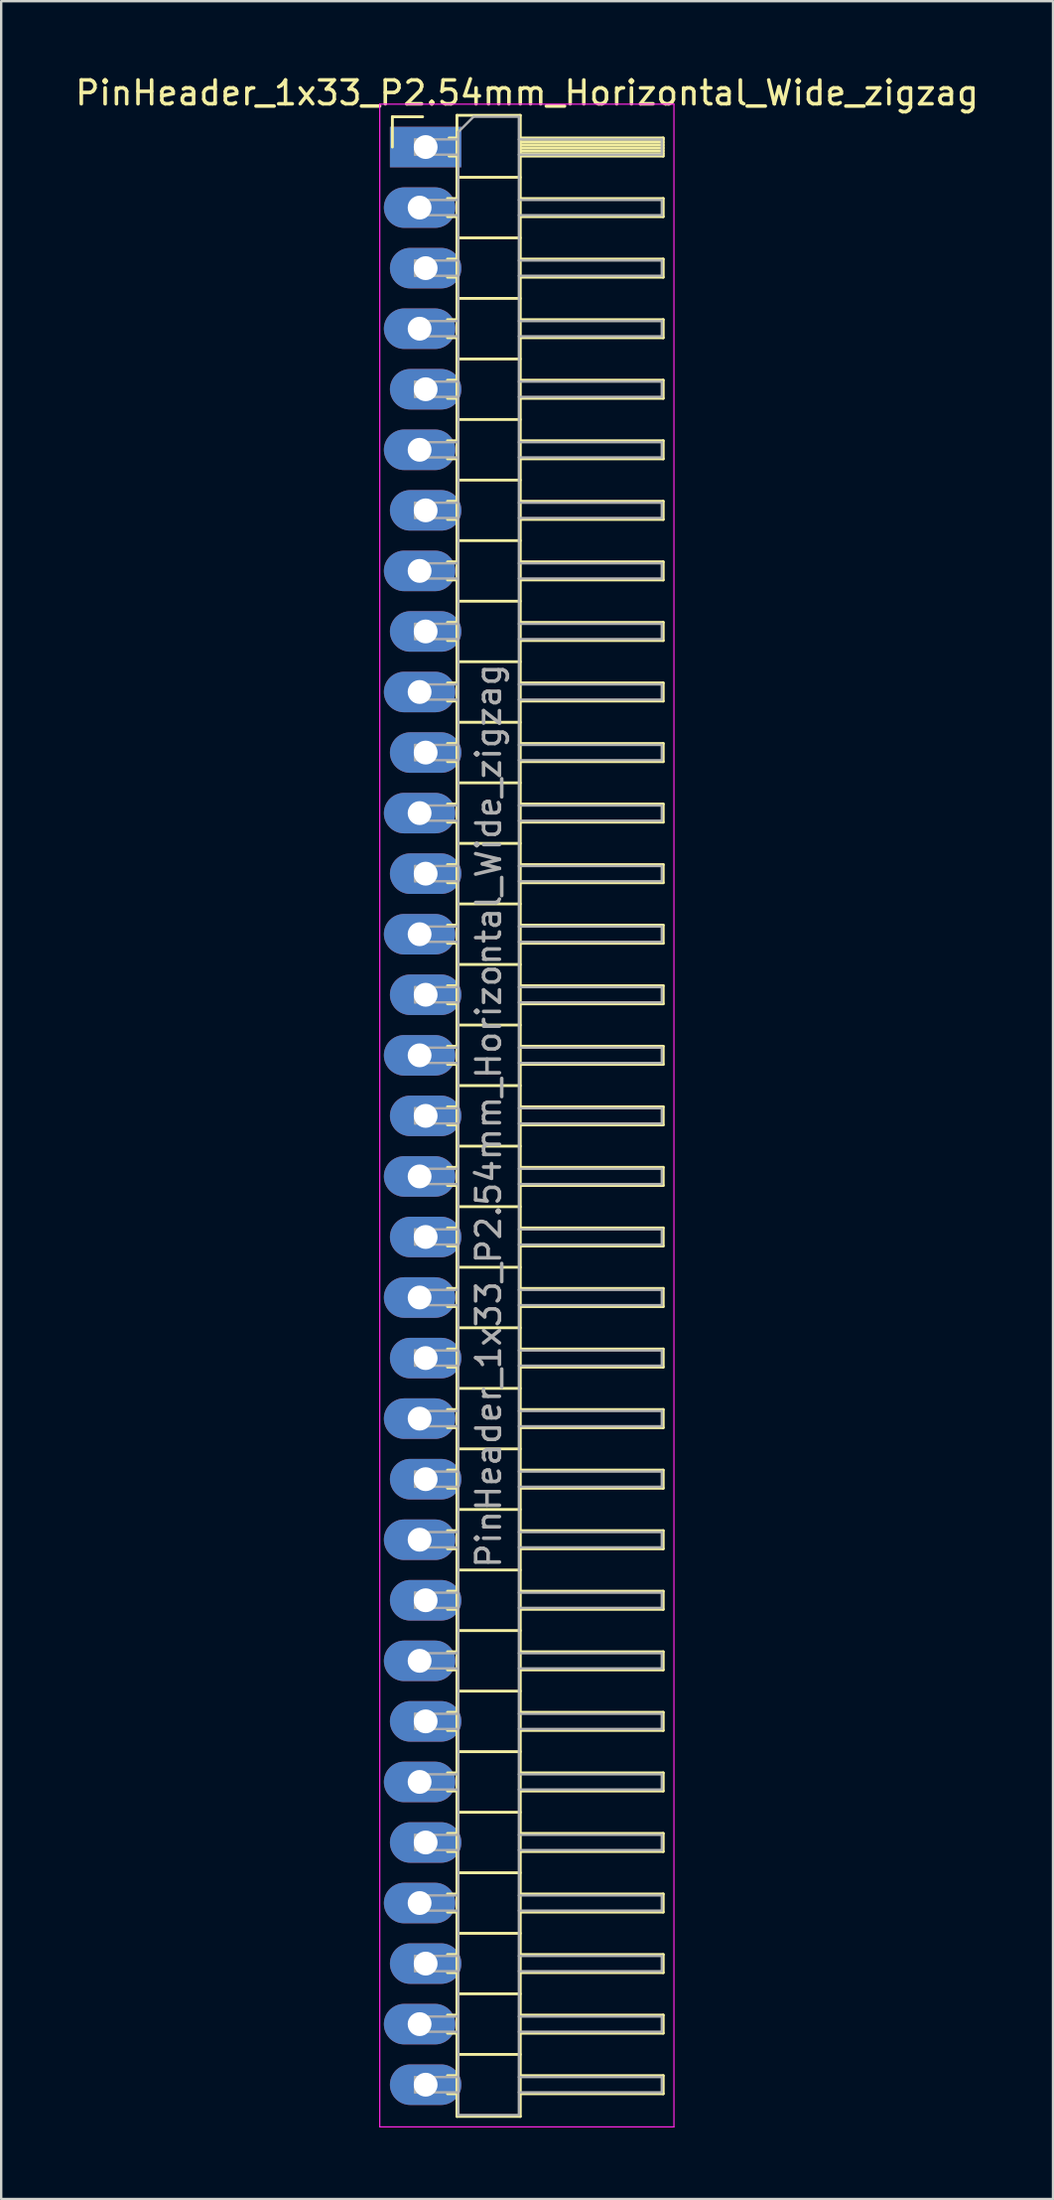
<source format=kicad_pcb>
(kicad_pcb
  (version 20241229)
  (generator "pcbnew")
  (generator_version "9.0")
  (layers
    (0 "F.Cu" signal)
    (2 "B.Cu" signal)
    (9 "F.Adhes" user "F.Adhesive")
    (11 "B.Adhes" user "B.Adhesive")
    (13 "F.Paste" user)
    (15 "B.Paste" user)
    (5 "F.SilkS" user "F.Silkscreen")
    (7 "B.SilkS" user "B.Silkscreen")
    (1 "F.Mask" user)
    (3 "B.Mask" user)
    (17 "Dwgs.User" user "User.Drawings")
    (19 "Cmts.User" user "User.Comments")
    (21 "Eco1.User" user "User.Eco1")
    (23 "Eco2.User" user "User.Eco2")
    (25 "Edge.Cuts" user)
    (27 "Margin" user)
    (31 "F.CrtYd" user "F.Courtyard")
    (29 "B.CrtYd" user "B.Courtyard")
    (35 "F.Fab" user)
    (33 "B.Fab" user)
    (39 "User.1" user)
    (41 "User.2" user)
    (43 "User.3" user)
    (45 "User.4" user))
  (footprint "PinHeader_1x33_P2.54mm_Horizontal_Wide_zigzag"
    (layer "F.Cu")
    (at 14.692 3.118)
    (property "Reference" "PinHeader_1x33_P2.54mm_Horizontal_Wide_zigzag" (at 4.385 -2.27 0) (layer "F.SilkS") (effects (font (size 1 1) (thickness 0.15))))
    (attr through_hole)
    (fp_line (start -1.27 -1.27) (end 0 -1.27) (stroke (width 0.12) (type solid)) (layer "F.SilkS"))
    (fp_line (start -1.27 0) (end -1.27 -1.27) (stroke (width 0.12) (type solid)) (layer "F.SilkS"))
    (fp_line (start 1.043 2.16) (end 1.44 2.16) (stroke (width 0.12) (type solid)) (layer "F.SilkS"))
    (fp_line (start 1.043 2.92) (end 1.44 2.92) (stroke (width 0.12) (type solid)) (layer "F.SilkS"))
    (fp_line (start 1.043 4.7) (end 1.44 4.7) (stroke (width 0.12) (type solid)) (layer "F.SilkS"))
    (fp_line (start 1.043 5.46) (end 1.44 5.46) (stroke (width 0.12) (type solid)) (layer "F.SilkS"))
    (fp_line (start 1.043 7.24) (end 1.44 7.24) (stroke (width 0.12) (type solid)) (layer "F.SilkS"))
    (fp_line (start 1.043 8) (end 1.44 8) (stroke (width 0.12) (type solid)) (layer "F.SilkS"))
    (fp_line (start 1.043 9.78) (end 1.44 9.78) (stroke (width 0.12) (type solid)) (layer "F.SilkS"))
    (fp_line (start 1.043 10.54) (end 1.44 10.54) (stroke (width 0.12) (type solid)) (layer "F.SilkS"))
    (fp_line (start 1.043 12.32) (end 1.44 12.32) (stroke (width 0.12) (type solid)) (layer "F.SilkS"))
    (fp_line (start 1.043 13.08) (end 1.44 13.08) (stroke (width 0.12) (type solid)) (layer "F.SilkS"))
    (fp_line (start 1.043 14.86) (end 1.44 14.86) (stroke (width 0.12) (type solid)) (layer "F.SilkS"))
    (fp_line (start 1.043 15.62) (end 1.44 15.62) (stroke (width 0.12) (type solid)) (layer "F.SilkS"))
    (fp_line (start 1.043 17.4) (end 1.44 17.4) (stroke (width 0.12) (type solid)) (layer "F.SilkS"))
    (fp_line (start 1.043 18.16) (end 1.44 18.16) (stroke (width 0.12) (type solid)) (layer "F.SilkS"))
    (fp_line (start 1.043 19.94) (end 1.44 19.94) (stroke (width 0.12) (type solid)) (layer "F.SilkS"))
    (fp_line (start 1.043 20.7) (end 1.44 20.7) (stroke (width 0.12) (type solid)) (layer "F.SilkS"))
    (fp_line (start 1.043 22.48) (end 1.44 22.48) (stroke (width 0.12) (type solid)) (layer "F.SilkS"))
    (fp_line (start 1.043 23.24) (end 1.44 23.24) (stroke (width 0.12) (type solid)) (layer "F.SilkS"))
    (fp_line (start 1.043 25.02) (end 1.44 25.02) (stroke (width 0.12) (type solid)) (layer "F.SilkS"))
    (fp_line (start 1.043 25.78) (end 1.44 25.78) (stroke (width 0.12) (type solid)) (layer "F.SilkS"))
    (fp_line (start 1.043 27.56) (end 1.44 27.56) (stroke (width 0.12) (type solid)) (layer "F.SilkS"))
    (fp_line (start 1.043 28.32) (end 1.44 28.32) (stroke (width 0.12) (type solid)) (layer "F.SilkS"))
    (fp_line (start 1.043 30.1) (end 1.44 30.1) (stroke (width 0.12) (type solid)) (layer "F.SilkS"))
    (fp_line (start 1.043 30.86) (end 1.44 30.86) (stroke (width 0.12) (type solid)) (layer "F.SilkS"))
    (fp_line (start 1.043 32.64) (end 1.44 32.64) (stroke (width 0.12) (type solid)) (layer "F.SilkS"))
    (fp_line (start 1.043 33.4) (end 1.44 33.4) (stroke (width 0.12) (type solid)) (layer "F.SilkS"))
    (fp_line (start 1.043 35.18) (end 1.44 35.18) (stroke (width 0.12) (type solid)) (layer "F.SilkS"))
    (fp_line (start 1.043 35.94) (end 1.44 35.94) (stroke (width 0.12) (type solid)) (layer "F.SilkS"))
    (fp_line (start 1.043 37.72) (end 1.44 37.72) (stroke (width 0.12) (type solid)) (layer "F.SilkS"))
    (fp_line (start 1.043 38.48) (end 1.44 38.48) (stroke (width 0.12) (type solid)) (layer "F.SilkS"))
    (fp_line (start 1.043 40.26) (end 1.44 40.26) (stroke (width 0.12) (type solid)) (layer "F.SilkS"))
    (fp_line (start 1.043 41.02) (end 1.44 41.02) (stroke (width 0.12) (type solid)) (layer "F.SilkS"))
    (fp_line (start 1.043 42.8) (end 1.44 42.8) (stroke (width 0.12) (type solid)) (layer "F.SilkS"))
    (fp_line (start 1.043 43.56) (end 1.44 43.56) (stroke (width 0.12) (type solid)) (layer "F.SilkS"))
    (fp_line (start 1.043 45.34) (end 1.44 45.34) (stroke (width 0.12) (type solid)) (layer "F.SilkS"))
    (fp_line (start 1.043 46.1) (end 1.44 46.1) (stroke (width 0.12) (type solid)) (layer "F.SilkS"))
    (fp_line (start 1.043 47.88) (end 1.44 47.88) (stroke (width 0.12) (type solid)) (layer "F.SilkS"))
    (fp_line (start 1.043 48.64) (end 1.44 48.64) (stroke (width 0.12) (type solid)) (layer "F.SilkS"))
    (fp_line (start 1.043 50.42) (end 1.44 50.42) (stroke (width 0.12) (type solid)) (layer "F.SilkS"))
    (fp_line (start 1.043 51.18) (end 1.44 51.18) (stroke (width 0.12) (type solid)) (layer "F.SilkS"))
    (fp_line (start 1.043 52.96) (end 1.44 52.96) (stroke (width 0.12) (type solid)) (layer "F.SilkS"))
    (fp_line (start 1.043 53.72) (end 1.44 53.72) (stroke (width 0.12) (type solid)) (layer "F.SilkS"))
    (fp_line (start 1.043 55.5) (end 1.44 55.5) (stroke (width 0.12) (type solid)) (layer "F.SilkS"))
    (fp_line (start 1.043 56.26) (end 1.44 56.26) (stroke (width 0.12) (type solid)) (layer "F.SilkS"))
    (fp_line (start 1.043 58.04) (end 1.44 58.04) (stroke (width 0.12) (type solid)) (layer "F.SilkS"))
    (fp_line (start 1.043 58.8) (end 1.44 58.8) (stroke (width 0.12) (type solid)) (layer "F.SilkS"))
    (fp_line (start 1.043 60.58) (end 1.44 60.58) (stroke (width 0.12) (type solid)) (layer "F.SilkS"))
    (fp_line (start 1.043 61.34) (end 1.44 61.34) (stroke (width 0.12) (type solid)) (layer "F.SilkS"))
    (fp_line (start 1.043 63.12) (end 1.44 63.12) (stroke (width 0.12) (type solid)) (layer "F.SilkS"))
    (fp_line (start 1.043 63.88) (end 1.44 63.88) (stroke (width 0.12) (type solid)) (layer "F.SilkS"))
    (fp_line (start 1.043 65.66) (end 1.44 65.66) (stroke (width 0.12) (type solid)) (layer "F.SilkS"))
    (fp_line (start 1.043 66.42) (end 1.44 66.42) (stroke (width 0.12) (type solid)) (layer "F.SilkS"))
    (fp_line (start 1.043 68.2) (end 1.44 68.2) (stroke (width 0.12) (type solid)) (layer "F.SilkS"))
    (fp_line (start 1.043 68.96) (end 1.44 68.96) (stroke (width 0.12) (type solid)) (layer "F.SilkS"))
    (fp_line (start 1.043 70.74) (end 1.44 70.74) (stroke (width 0.12) (type solid)) (layer "F.SilkS"))
    (fp_line (start 1.043 71.5) (end 1.44 71.5) (stroke (width 0.12) (type solid)) (layer "F.SilkS"))
    (fp_line (start 1.043 73.28) (end 1.44 73.28) (stroke (width 0.12) (type solid)) (layer "F.SilkS"))
    (fp_line (start 1.043 74.04) (end 1.44 74.04) (stroke (width 0.12) (type solid)) (layer "F.SilkS"))
    (fp_line (start 1.043 75.82) (end 1.44 75.82) (stroke (width 0.12) (type solid)) (layer "F.SilkS"))
    (fp_line (start 1.043 76.58) (end 1.44 76.58) (stroke (width 0.12) (type solid)) (layer "F.SilkS"))
    (fp_line (start 1.043 78.36) (end 1.44 78.36) (stroke (width 0.12) (type solid)) (layer "F.SilkS"))
    (fp_line (start 1.043 79.12) (end 1.44 79.12) (stroke (width 0.12) (type solid)) (layer "F.SilkS"))
    (fp_line (start 1.043 80.9) (end 1.44 80.9) (stroke (width 0.12) (type solid)) (layer "F.SilkS"))
    (fp_line (start 1.043 81.66) (end 1.44 81.66) (stroke (width 0.12) (type solid)) (layer "F.SilkS"))
    (fp_line (start 1.11 -0.38) (end 1.44 -0.38) (stroke (width 0.12) (type solid)) (layer "F.SilkS"))
    (fp_line (start 1.11 0.38) (end 1.44 0.38) (stroke (width 0.12) (type solid)) (layer "F.SilkS"))
    (fp_line (start 1.44 -1.33) (end 1.44 82.61) (stroke (width 0.12) (type solid)) (layer "F.SilkS"))
    (fp_line (start 1.44 1.27) (end 4.1 1.27) (stroke (width 0.12) (type solid)) (layer "F.SilkS"))
    (fp_line (start 1.44 3.81) (end 4.1 3.81) (stroke (width 0.12) (type solid)) (layer "F.SilkS"))
    (fp_line (start 1.44 6.35) (end 4.1 6.35) (stroke (width 0.12) (type solid)) (layer "F.SilkS"))
    (fp_line (start 1.44 8.89) (end 4.1 8.89) (stroke (width 0.12) (type solid)) (layer "F.SilkS"))
    (fp_line (start 1.44 11.43) (end 4.1 11.43) (stroke (width 0.12) (type solid)) (layer "F.SilkS"))
    (fp_line (start 1.44 13.97) (end 4.1 13.97) (stroke (width 0.12) (type solid)) (layer "F.SilkS"))
    (fp_line (start 1.44 16.51) (end 4.1 16.51) (stroke (width 0.12) (type solid)) (layer "F.SilkS"))
    (fp_line (start 1.44 19.05) (end 4.1 19.05) (stroke (width 0.12) (type solid)) (layer "F.SilkS"))
    (fp_line (start 1.44 21.59) (end 4.1 21.59) (stroke (width 0.12) (type solid)) (layer "F.SilkS"))
    (fp_line (start 1.44 24.13) (end 4.1 24.13) (stroke (width 0.12) (type solid)) (layer "F.SilkS"))
    (fp_line (start 1.44 26.67) (end 4.1 26.67) (stroke (width 0.12) (type solid)) (layer "F.SilkS"))
    (fp_line (start 1.44 29.21) (end 4.1 29.21) (stroke (width 0.12) (type solid)) (layer "F.SilkS"))
    (fp_line (start 1.44 31.75) (end 4.1 31.75) (stroke (width 0.12) (type solid)) (layer "F.SilkS"))
    (fp_line (start 1.44 34.29) (end 4.1 34.29) (stroke (width 0.12) (type solid)) (layer "F.SilkS"))
    (fp_line (start 1.44 36.83) (end 4.1 36.83) (stroke (width 0.12) (type solid)) (layer "F.SilkS"))
    (fp_line (start 1.44 39.37) (end 4.1 39.37) (stroke (width 0.12) (type solid)) (layer "F.SilkS"))
    (fp_line (start 1.44 41.91) (end 4.1 41.91) (stroke (width 0.12) (type solid)) (layer "F.SilkS"))
    (fp_line (start 1.44 44.45) (end 4.1 44.45) (stroke (width 0.12) (type solid)) (layer "F.SilkS"))
    (fp_line (start 1.44 46.99) (end 4.1 46.99) (stroke (width 0.12) (type solid)) (layer "F.SilkS"))
    (fp_line (start 1.44 49.53) (end 4.1 49.53) (stroke (width 0.12) (type solid)) (layer "F.SilkS"))
    (fp_line (start 1.44 52.07) (end 4.1 52.07) (stroke (width 0.12) (type solid)) (layer "F.SilkS"))
    (fp_line (start 1.44 54.61) (end 4.1 54.61) (stroke (width 0.12) (type solid)) (layer "F.SilkS"))
    (fp_line (start 1.44 57.15) (end 4.1 57.15) (stroke (width 0.12) (type solid)) (layer "F.SilkS"))
    (fp_line (start 1.44 59.69) (end 4.1 59.69) (stroke (width 0.12) (type solid)) (layer "F.SilkS"))
    (fp_line (start 1.44 62.23) (end 4.1 62.23) (stroke (width 0.12) (type solid)) (layer "F.SilkS"))
    (fp_line (start 1.44 64.77) (end 4.1 64.77) (stroke (width 0.12) (type solid)) (layer "F.SilkS"))
    (fp_line (start 1.44 67.31) (end 4.1 67.31) (stroke (width 0.12) (type solid)) (layer "F.SilkS"))
    (fp_line (start 1.44 69.85) (end 4.1 69.85) (stroke (width 0.12) (type solid)) (layer "F.SilkS"))
    (fp_line (start 1.44 72.39) (end 4.1 72.39) (stroke (width 0.12) (type solid)) (layer "F.SilkS"))
    (fp_line (start 1.44 74.93) (end 4.1 74.93) (stroke (width 0.12) (type solid)) (layer "F.SilkS"))
    (fp_line (start 1.44 77.47) (end 4.1 77.47) (stroke (width 0.12) (type solid)) (layer "F.SilkS"))
    (fp_line (start 1.44 80.01) (end 4.1 80.01) (stroke (width 0.12) (type solid)) (layer "F.SilkS"))
    (fp_line (start 1.44 82.61) (end 4.1 82.61) (stroke (width 0.12) (type solid)) (layer "F.SilkS"))
    (fp_line (start 4.1 -1.33) (end 1.44 -1.33) (stroke (width 0.12) (type solid)) (layer "F.SilkS"))
    (fp_line (start 4.1 -0.38) (end 10.1 -0.38) (stroke (width 0.12) (type solid)) (layer "F.SilkS"))
    (fp_line (start 4.1 -0.32) (end 10.1 -0.32) (stroke (width 0.12) (type solid)) (layer "F.SilkS"))
    (fp_line (start 4.1 -0.2) (end 10.1 -0.2) (stroke (width 0.12) (type solid)) (layer "F.SilkS"))
    (fp_line (start 4.1 -0.08) (end 10.1 -0.08) (stroke (width 0.12) (type solid)) (layer "F.SilkS"))
    (fp_line (start 4.1 0.04) (end 10.1 0.04) (stroke (width 0.12) (type solid)) (layer "F.SilkS"))
    (fp_line (start 4.1 0.16) (end 10.1 0.16) (stroke (width 0.12) (type solid)) (layer "F.SilkS"))
    (fp_line (start 4.1 0.28) (end 10.1 0.28) (stroke (width 0.12) (type solid)) (layer "F.SilkS"))
    (fp_line (start 4.1 2.16) (end 10.1 2.16) (stroke (width 0.12) (type solid)) (layer "F.SilkS"))
    (fp_line (start 4.1 4.7) (end 10.1 4.7) (stroke (width 0.12) (type solid)) (layer "F.SilkS"))
    (fp_line (start 4.1 7.24) (end 10.1 7.24) (stroke (width 0.12) (type solid)) (layer "F.SilkS"))
    (fp_line (start 4.1 9.78) (end 10.1 9.78) (stroke (width 0.12) (type solid)) (layer "F.SilkS"))
    (fp_line (start 4.1 12.32) (end 10.1 12.32) (stroke (width 0.12) (type solid)) (layer "F.SilkS"))
    (fp_line (start 4.1 14.86) (end 10.1 14.86) (stroke (width 0.12) (type solid)) (layer "F.SilkS"))
    (fp_line (start 4.1 17.4) (end 10.1 17.4) (stroke (width 0.12) (type solid)) (layer "F.SilkS"))
    (fp_line (start 4.1 19.94) (end 10.1 19.94) (stroke (width 0.12) (type solid)) (layer "F.SilkS"))
    (fp_line (start 4.1 22.48) (end 10.1 22.48) (stroke (width 0.12) (type solid)) (layer "F.SilkS"))
    (fp_line (start 4.1 25.02) (end 10.1 25.02) (stroke (width 0.12) (type solid)) (layer "F.SilkS"))
    (fp_line (start 4.1 27.56) (end 10.1 27.56) (stroke (width 0.12) (type solid)) (layer "F.SilkS"))
    (fp_line (start 4.1 30.1) (end 10.1 30.1) (stroke (width 0.12) (type solid)) (layer "F.SilkS"))
    (fp_line (start 4.1 32.64) (end 10.1 32.64) (stroke (width 0.12) (type solid)) (layer "F.SilkS"))
    (fp_line (start 4.1 35.18) (end 10.1 35.18) (stroke (width 0.12) (type solid)) (layer "F.SilkS"))
    (fp_line (start 4.1 37.72) (end 10.1 37.72) (stroke (width 0.12) (type solid)) (layer "F.SilkS"))
    (fp_line (start 4.1 40.26) (end 10.1 40.26) (stroke (width 0.12) (type solid)) (layer "F.SilkS"))
    (fp_line (start 4.1 42.8) (end 10.1 42.8) (stroke (width 0.12) (type solid)) (layer "F.SilkS"))
    (fp_line (start 4.1 45.34) (end 10.1 45.34) (stroke (width 0.12) (type solid)) (layer "F.SilkS"))
    (fp_line (start 4.1 47.88) (end 10.1 47.88) (stroke (width 0.12) (type solid)) (layer "F.SilkS"))
    (fp_line (start 4.1 50.42) (end 10.1 50.42) (stroke (width 0.12) (type solid)) (layer "F.SilkS"))
    (fp_line (start 4.1 52.96) (end 10.1 52.96) (stroke (width 0.12) (type solid)) (layer "F.SilkS"))
    (fp_line (start 4.1 55.5) (end 10.1 55.5) (stroke (width 0.12) (type solid)) (layer "F.SilkS"))
    (fp_line (start 4.1 58.04) (end 10.1 58.04) (stroke (width 0.12) (type solid)) (layer "F.SilkS"))
    (fp_line (start 4.1 60.58) (end 10.1 60.58) (stroke (width 0.12) (type solid)) (layer "F.SilkS"))
    (fp_line (start 4.1 63.12) (end 10.1 63.12) (stroke (width 0.12) (type solid)) (layer "F.SilkS"))
    (fp_line (start 4.1 65.66) (end 10.1 65.66) (stroke (width 0.12) (type solid)) (layer "F.SilkS"))
    (fp_line (start 4.1 68.2) (end 10.1 68.2) (stroke (width 0.12) (type solid)) (layer "F.SilkS"))
    (fp_line (start 4.1 70.74) (end 10.1 70.74) (stroke (width 0.12) (type solid)) (layer "F.SilkS"))
    (fp_line (start 4.1 73.28) (end 10.1 73.28) (stroke (width 0.12) (type solid)) (layer "F.SilkS"))
    (fp_line (start 4.1 75.82) (end 10.1 75.82) (stroke (width 0.12) (type solid)) (layer "F.SilkS"))
    (fp_line (start 4.1 78.36) (end 10.1 78.36) (stroke (width 0.12) (type solid)) (layer "F.SilkS"))
    (fp_line (start 4.1 80.9) (end 10.1 80.9) (stroke (width 0.12) (type solid)) (layer "F.SilkS"))
    (fp_line (start 4.1 82.61) (end 4.1 -1.33) (stroke (width 0.12) (type solid)) (layer "F.SilkS"))
    (fp_line (start 10.1 -0.38) (end 10.1 0.38) (stroke (width 0.12) (type solid)) (layer "F.SilkS"))
    (fp_line (start 10.1 0.38) (end 4.1 0.38) (stroke (width 0.12) (type solid)) (layer "F.SilkS"))
    (fp_line (start 10.1 2.16) (end 10.1 2.92) (stroke (width 0.12) (type solid)) (layer "F.SilkS"))
    (fp_line (start 10.1 2.92) (end 4.1 2.92) (stroke (width 0.12) (type solid)) (layer "F.SilkS"))
    (fp_line (start 10.1 4.7) (end 10.1 5.46) (stroke (width 0.12) (type solid)) (layer "F.SilkS"))
    (fp_line (start 10.1 5.46) (end 4.1 5.46) (stroke (width 0.12) (type solid)) (layer "F.SilkS"))
    (fp_line (start 10.1 7.24) (end 10.1 8) (stroke (width 0.12) (type solid)) (layer "F.SilkS"))
    (fp_line (start 10.1 8) (end 4.1 8) (stroke (width 0.12) (type solid)) (layer "F.SilkS"))
    (fp_line (start 10.1 9.78) (end 10.1 10.54) (stroke (width 0.12) (type solid)) (layer "F.SilkS"))
    (fp_line (start 10.1 10.54) (end 4.1 10.54) (stroke (width 0.12) (type solid)) (layer "F.SilkS"))
    (fp_line (start 10.1 12.32) (end 10.1 13.08) (stroke (width 0.12) (type solid)) (layer "F.SilkS"))
    (fp_line (start 10.1 13.08) (end 4.1 13.08) (stroke (width 0.12) (type solid)) (layer "F.SilkS"))
    (fp_line (start 10.1 14.86) (end 10.1 15.62) (stroke (width 0.12) (type solid)) (layer "F.SilkS"))
    (fp_line (start 10.1 15.62) (end 4.1 15.62) (stroke (width 0.12) (type solid)) (layer "F.SilkS"))
    (fp_line (start 10.1 17.4) (end 10.1 18.16) (stroke (width 0.12) (type solid)) (layer "F.SilkS"))
    (fp_line (start 10.1 18.16) (end 4.1 18.16) (stroke (width 0.12) (type solid)) (layer "F.SilkS"))
    (fp_line (start 10.1 19.94) (end 10.1 20.7) (stroke (width 0.12) (type solid)) (layer "F.SilkS"))
    (fp_line (start 10.1 20.7) (end 4.1 20.7) (stroke (width 0.12) (type solid)) (layer "F.SilkS"))
    (fp_line (start 10.1 22.48) (end 10.1 23.24) (stroke (width 0.12) (type solid)) (layer "F.SilkS"))
    (fp_line (start 10.1 23.24) (end 4.1 23.24) (stroke (width 0.12) (type solid)) (layer "F.SilkS"))
    (fp_line (start 10.1 25.02) (end 10.1 25.78) (stroke (width 0.12) (type solid)) (layer "F.SilkS"))
    (fp_line (start 10.1 25.78) (end 4.1 25.78) (stroke (width 0.12) (type solid)) (layer "F.SilkS"))
    (fp_line (start 10.1 27.56) (end 10.1 28.32) (stroke (width 0.12) (type solid)) (layer "F.SilkS"))
    (fp_line (start 10.1 28.32) (end 4.1 28.32) (stroke (width 0.12) (type solid)) (layer "F.SilkS"))
    (fp_line (start 10.1 30.1) (end 10.1 30.86) (stroke (width 0.12) (type solid)) (layer "F.SilkS"))
    (fp_line (start 10.1 30.86) (end 4.1 30.86) (stroke (width 0.12) (type solid)) (layer "F.SilkS"))
    (fp_line (start 10.1 32.64) (end 10.1 33.4) (stroke (width 0.12) (type solid)) (layer "F.SilkS"))
    (fp_line (start 10.1 33.4) (end 4.1 33.4) (stroke (width 0.12) (type solid)) (layer "F.SilkS"))
    (fp_line (start 10.1 35.18) (end 10.1 35.94) (stroke (width 0.12) (type solid)) (layer "F.SilkS"))
    (fp_line (start 10.1 35.94) (end 4.1 35.94) (stroke (width 0.12) (type solid)) (layer "F.SilkS"))
    (fp_line (start 10.1 37.72) (end 10.1 38.48) (stroke (width 0.12) (type solid)) (layer "F.SilkS"))
    (fp_line (start 10.1 38.48) (end 4.1 38.48) (stroke (width 0.12) (type solid)) (layer "F.SilkS"))
    (fp_line (start 10.1 40.26) (end 10.1 41.02) (stroke (width 0.12) (type solid)) (layer "F.SilkS"))
    (fp_line (start 10.1 41.02) (end 4.1 41.02) (stroke (width 0.12) (type solid)) (layer "F.SilkS"))
    (fp_line (start 10.1 42.8) (end 10.1 43.56) (stroke (width 0.12) (type solid)) (layer "F.SilkS"))
    (fp_line (start 10.1 43.56) (end 4.1 43.56) (stroke (width 0.12) (type solid)) (layer "F.SilkS"))
    (fp_line (start 10.1 45.34) (end 10.1 46.1) (stroke (width 0.12) (type solid)) (layer "F.SilkS"))
    (fp_line (start 10.1 46.1) (end 4.1 46.1) (stroke (width 0.12) (type solid)) (layer "F.SilkS"))
    (fp_line (start 10.1 47.88) (end 10.1 48.64) (stroke (width 0.12) (type solid)) (layer "F.SilkS"))
    (fp_line (start 10.1 48.64) (end 4.1 48.64) (stroke (width 0.12) (type solid)) (layer "F.SilkS"))
    (fp_line (start 10.1 50.42) (end 10.1 51.18) (stroke (width 0.12) (type solid)) (layer "F.SilkS"))
    (fp_line (start 10.1 51.18) (end 4.1 51.18) (stroke (width 0.12) (type solid)) (layer "F.SilkS"))
    (fp_line (start 10.1 52.96) (end 10.1 53.72) (stroke (width 0.12) (type solid)) (layer "F.SilkS"))
    (fp_line (start 10.1 53.72) (end 4.1 53.72) (stroke (width 0.12) (type solid)) (layer "F.SilkS"))
    (fp_line (start 10.1 55.5) (end 10.1 56.26) (stroke (width 0.12) (type solid)) (layer "F.SilkS"))
    (fp_line (start 10.1 56.26) (end 4.1 56.26) (stroke (width 0.12) (type solid)) (layer "F.SilkS"))
    (fp_line (start 10.1 58.04) (end 10.1 58.8) (stroke (width 0.12) (type solid)) (layer "F.SilkS"))
    (fp_line (start 10.1 58.8) (end 4.1 58.8) (stroke (width 0.12) (type solid)) (layer "F.SilkS"))
    (fp_line (start 10.1 60.58) (end 10.1 61.34) (stroke (width 0.12) (type solid)) (layer "F.SilkS"))
    (fp_line (start 10.1 61.34) (end 4.1 61.34) (stroke (width 0.12) (type solid)) (layer "F.SilkS"))
    (fp_line (start 10.1 63.12) (end 10.1 63.88) (stroke (width 0.12) (type solid)) (layer "F.SilkS"))
    (fp_line (start 10.1 63.88) (end 4.1 63.88) (stroke (width 0.12) (type solid)) (layer "F.SilkS"))
    (fp_line (start 10.1 65.66) (end 10.1 66.42) (stroke (width 0.12) (type solid)) (layer "F.SilkS"))
    (fp_line (start 10.1 66.42) (end 4.1 66.42) (stroke (width 0.12) (type solid)) (layer "F.SilkS"))
    (fp_line (start 10.1 68.2) (end 10.1 68.96) (stroke (width 0.12) (type solid)) (layer "F.SilkS"))
    (fp_line (start 10.1 68.96) (end 4.1 68.96) (stroke (width 0.12) (type solid)) (layer "F.SilkS"))
    (fp_line (start 10.1 70.74) (end 10.1 71.5) (stroke (width 0.12) (type solid)) (layer "F.SilkS"))
    (fp_line (start 10.1 71.5) (end 4.1 71.5) (stroke (width 0.12) (type solid)) (layer "F.SilkS"))
    (fp_line (start 10.1 73.28) (end 10.1 74.04) (stroke (width 0.12) (type solid)) (layer "F.SilkS"))
    (fp_line (start 10.1 74.04) (end 4.1 74.04) (stroke (width 0.12) (type solid)) (layer "F.SilkS"))
    (fp_line (start 10.1 75.82) (end 10.1 76.58) (stroke (width 0.12) (type solid)) (layer "F.SilkS"))
    (fp_line (start 10.1 76.58) (end 4.1 76.58) (stroke (width 0.12) (type solid)) (layer "F.SilkS"))
    (fp_line (start 10.1 78.36) (end 10.1 79.12) (stroke (width 0.12) (type solid)) (layer "F.SilkS"))
    (fp_line (start 10.1 79.12) (end 4.1 79.12) (stroke (width 0.12) (type solid)) (layer "F.SilkS"))
    (fp_line (start 10.1 80.9) (end 10.1 81.66) (stroke (width 0.12) (type solid)) (layer "F.SilkS"))
    (fp_line (start 10.1 81.66) (end 4.1 81.66) (stroke (width 0.12) (type solid)) (layer "F.SilkS"))
    (fp_line (start -1.8 -1.8) (end -1.8 83.05) (stroke (width 0.05) (type solid)) (layer "F.CrtYd"))
    (fp_line (start -1.8 83.05) (end 10.55 83.05) (stroke (width 0.05) (type solid)) (layer "F.CrtYd"))
    (fp_line (start 10.55 -1.8) (end -1.8 -1.8) (stroke (width 0.05) (type solid)) (layer "F.CrtYd"))
    (fp_line (start 10.55 83.05) (end 10.55 -1.8) (stroke (width 0.05) (type solid)) (layer "F.CrtYd"))
    (fp_line (start -0.32 -0.32) (end -0.32 0.32) (stroke (width 0.1) (type solid)) (layer "F.Fab"))
    (fp_line (start -0.32 -0.32) (end 1.5 -0.32) (stroke (width 0.1) (type solid)) (layer "F.Fab"))
    (fp_line (start -0.32 0.32) (end 1.5 0.32) (stroke (width 0.1) (type solid)) (layer "F.Fab"))
    (fp_line (start -0.32 2.22) (end -0.32 2.86) (stroke (width 0.1) (type solid)) (layer "F.Fab"))
    (fp_line (start -0.32 2.22) (end 1.5 2.22) (stroke (width 0.1) (type solid)) (layer "F.Fab"))
    (fp_line (start -0.32 2.86) (end 1.5 2.86) (stroke (width 0.1) (type solid)) (layer "F.Fab"))
    (fp_line (start -0.32 4.76) (end -0.32 5.4) (stroke (width 0.1) (type solid)) (layer "F.Fab"))
    (fp_line (start -0.32 4.76) (end 1.5 4.76) (stroke (width 0.1) (type solid)) (layer "F.Fab"))
    (fp_line (start -0.32 5.4) (end 1.5 5.4) (stroke (width 0.1) (type solid)) (layer "F.Fab"))
    (fp_line (start -0.32 7.3) (end -0.32 7.94) (stroke (width 0.1) (type solid)) (layer "F.Fab"))
    (fp_line (start -0.32 7.3) (end 1.5 7.3) (stroke (width 0.1) (type solid)) (layer "F.Fab"))
    (fp_line (start -0.32 7.94) (end 1.5 7.94) (stroke (width 0.1) (type solid)) (layer "F.Fab"))
    (fp_line (start -0.32 9.84) (end -0.32 10.48) (stroke (width 0.1) (type solid)) (layer "F.Fab"))
    (fp_line (start -0.32 9.84) (end 1.5 9.84) (stroke (width 0.1) (type solid)) (layer "F.Fab"))
    (fp_line (start -0.32 10.48) (end 1.5 10.48) (stroke (width 0.1) (type solid)) (layer "F.Fab"))
    (fp_line (start -0.32 12.38) (end -0.32 13.02) (stroke (width 0.1) (type solid)) (layer "F.Fab"))
    (fp_line (start -0.32 12.38) (end 1.5 12.38) (stroke (width 0.1) (type solid)) (layer "F.Fab"))
    (fp_line (start -0.32 13.02) (end 1.5 13.02) (stroke (width 0.1) (type solid)) (layer "F.Fab"))
    (fp_line (start -0.32 14.92) (end -0.32 15.56) (stroke (width 0.1) (type solid)) (layer "F.Fab"))
    (fp_line (start -0.32 14.92) (end 1.5 14.92) (stroke (width 0.1) (type solid)) (layer "F.Fab"))
    (fp_line (start -0.32 15.56) (end 1.5 15.56) (stroke (width 0.1) (type solid)) (layer "F.Fab"))
    (fp_line (start -0.32 17.46) (end -0.32 18.1) (stroke (width 0.1) (type solid)) (layer "F.Fab"))
    (fp_line (start -0.32 17.46) (end 1.5 17.46) (stroke (width 0.1) (type solid)) (layer "F.Fab"))
    (fp_line (start -0.32 18.1) (end 1.5 18.1) (stroke (width 0.1) (type solid)) (layer "F.Fab"))
    (fp_line (start -0.32 20) (end -0.32 20.64) (stroke (width 0.1) (type solid)) (layer "F.Fab"))
    (fp_line (start -0.32 20) (end 1.5 20) (stroke (width 0.1) (type solid)) (layer "F.Fab"))
    (fp_line (start -0.32 20.64) (end 1.5 20.64) (stroke (width 0.1) (type solid)) (layer "F.Fab"))
    (fp_line (start -0.32 22.54) (end -0.32 23.18) (stroke (width 0.1) (type solid)) (layer "F.Fab"))
    (fp_line (start -0.32 22.54) (end 1.5 22.54) (stroke (width 0.1) (type solid)) (layer "F.Fab"))
    (fp_line (start -0.32 23.18) (end 1.5 23.18) (stroke (width 0.1) (type solid)) (layer "F.Fab"))
    (fp_line (start -0.32 25.08) (end -0.32 25.72) (stroke (width 0.1) (type solid)) (layer "F.Fab"))
    (fp_line (start -0.32 25.08) (end 1.5 25.08) (stroke (width 0.1) (type solid)) (layer "F.Fab"))
    (fp_line (start -0.32 25.72) (end 1.5 25.72) (stroke (width 0.1) (type solid)) (layer "F.Fab"))
    (fp_line (start -0.32 27.62) (end -0.32 28.26) (stroke (width 0.1) (type solid)) (layer "F.Fab"))
    (fp_line (start -0.32 27.62) (end 1.5 27.62) (stroke (width 0.1) (type solid)) (layer "F.Fab"))
    (fp_line (start -0.32 28.26) (end 1.5 28.26) (stroke (width 0.1) (type solid)) (layer "F.Fab"))
    (fp_line (start -0.32 30.16) (end -0.32 30.8) (stroke (width 0.1) (type solid)) (layer "F.Fab"))
    (fp_line (start -0.32 30.16) (end 1.5 30.16) (stroke (width 0.1) (type solid)) (layer "F.Fab"))
    (fp_line (start -0.32 30.8) (end 1.5 30.8) (stroke (width 0.1) (type solid)) (layer "F.Fab"))
    (fp_line (start -0.32 32.7) (end -0.32 33.34) (stroke (width 0.1) (type solid)) (layer "F.Fab"))
    (fp_line (start -0.32 32.7) (end 1.5 32.7) (stroke (width 0.1) (type solid)) (layer "F.Fab"))
    (fp_line (start -0.32 33.34) (end 1.5 33.34) (stroke (width 0.1) (type solid)) (layer "F.Fab"))
    (fp_line (start -0.32 35.24) (end -0.32 35.88) (stroke (width 0.1) (type solid)) (layer "F.Fab"))
    (fp_line (start -0.32 35.24) (end 1.5 35.24) (stroke (width 0.1) (type solid)) (layer "F.Fab"))
    (fp_line (start -0.32 35.88) (end 1.5 35.88) (stroke (width 0.1) (type solid)) (layer "F.Fab"))
    (fp_line (start -0.32 37.78) (end -0.32 38.42) (stroke (width 0.1) (type solid)) (layer "F.Fab"))
    (fp_line (start -0.32 37.78) (end 1.5 37.78) (stroke (width 0.1) (type solid)) (layer "F.Fab"))
    (fp_line (start -0.32 38.42) (end 1.5 38.42) (stroke (width 0.1) (type solid)) (layer "F.Fab"))
    (fp_line (start -0.32 40.32) (end -0.32 40.96) (stroke (width 0.1) (type solid)) (layer "F.Fab"))
    (fp_line (start -0.32 40.32) (end 1.5 40.32) (stroke (width 0.1) (type solid)) (layer "F.Fab"))
    (fp_line (start -0.32 40.96) (end 1.5 40.96) (stroke (width 0.1) (type solid)) (layer "F.Fab"))
    (fp_line (start -0.32 42.86) (end -0.32 43.5) (stroke (width 0.1) (type solid)) (layer "F.Fab"))
    (fp_line (start -0.32 42.86) (end 1.5 42.86) (stroke (width 0.1) (type solid)) (layer "F.Fab"))
    (fp_line (start -0.32 43.5) (end 1.5 43.5) (stroke (width 0.1) (type solid)) (layer "F.Fab"))
    (fp_line (start -0.32 45.4) (end -0.32 46.04) (stroke (width 0.1) (type solid)) (layer "F.Fab"))
    (fp_line (start -0.32 45.4) (end 1.5 45.4) (stroke (width 0.1) (type solid)) (layer "F.Fab"))
    (fp_line (start -0.32 46.04) (end 1.5 46.04) (stroke (width 0.1) (type solid)) (layer "F.Fab"))
    (fp_line (start -0.32 47.94) (end -0.32 48.58) (stroke (width 0.1) (type solid)) (layer "F.Fab"))
    (fp_line (start -0.32 47.94) (end 1.5 47.94) (stroke (width 0.1) (type solid)) (layer "F.Fab"))
    (fp_line (start -0.32 48.58) (end 1.5 48.58) (stroke (width 0.1) (type solid)) (layer "F.Fab"))
    (fp_line (start -0.32 50.48) (end -0.32 51.12) (stroke (width 0.1) (type solid)) (layer "F.Fab"))
    (fp_line (start -0.32 50.48) (end 1.5 50.48) (stroke (width 0.1) (type solid)) (layer "F.Fab"))
    (fp_line (start -0.32 51.12) (end 1.5 51.12) (stroke (width 0.1) (type solid)) (layer "F.Fab"))
    (fp_line (start -0.32 53.02) (end -0.32 53.66) (stroke (width 0.1) (type solid)) (layer "F.Fab"))
    (fp_line (start -0.32 53.02) (end 1.5 53.02) (stroke (width 0.1) (type solid)) (layer "F.Fab"))
    (fp_line (start -0.32 53.66) (end 1.5 53.66) (stroke (width 0.1) (type solid)) (layer "F.Fab"))
    (fp_line (start -0.32 55.56) (end -0.32 56.2) (stroke (width 0.1) (type solid)) (layer "F.Fab"))
    (fp_line (start -0.32 55.56) (end 1.5 55.56) (stroke (width 0.1) (type solid)) (layer "F.Fab"))
    (fp_line (start -0.32 56.2) (end 1.5 56.2) (stroke (width 0.1) (type solid)) (layer "F.Fab"))
    (fp_line (start -0.32 58.1) (end -0.32 58.74) (stroke (width 0.1) (type solid)) (layer "F.Fab"))
    (fp_line (start -0.32 58.1) (end 1.5 58.1) (stroke (width 0.1) (type solid)) (layer "F.Fab"))
    (fp_line (start -0.32 58.74) (end 1.5 58.74) (stroke (width 0.1) (type solid)) (layer "F.Fab"))
    (fp_line (start -0.32 60.64) (end -0.32 61.28) (stroke (width 0.1) (type solid)) (layer "F.Fab"))
    (fp_line (start -0.32 60.64) (end 1.5 60.64) (stroke (width 0.1) (type solid)) (layer "F.Fab"))
    (fp_line (start -0.32 61.28) (end 1.5 61.28) (stroke (width 0.1) (type solid)) (layer "F.Fab"))
    (fp_line (start -0.32 63.18) (end -0.32 63.82) (stroke (width 0.1) (type solid)) (layer "F.Fab"))
    (fp_line (start -0.32 63.18) (end 1.5 63.18) (stroke (width 0.1) (type solid)) (layer "F.Fab"))
    (fp_line (start -0.32 63.82) (end 1.5 63.82) (stroke (width 0.1) (type solid)) (layer "F.Fab"))
    (fp_line (start -0.32 65.72) (end -0.32 66.36) (stroke (width 0.1) (type solid)) (layer "F.Fab"))
    (fp_line (start -0.32 65.72) (end 1.5 65.72) (stroke (width 0.1) (type solid)) (layer "F.Fab"))
    (fp_line (start -0.32 66.36) (end 1.5 66.36) (stroke (width 0.1) (type solid)) (layer "F.Fab"))
    (fp_line (start -0.32 68.26) (end -0.32 68.9) (stroke (width 0.1) (type solid)) (layer "F.Fab"))
    (fp_line (start -0.32 68.26) (end 1.5 68.26) (stroke (width 0.1) (type solid)) (layer "F.Fab"))
    (fp_line (start -0.32 68.9) (end 1.5 68.9) (stroke (width 0.1) (type solid)) (layer "F.Fab"))
    (fp_line (start -0.32 70.8) (end -0.32 71.44) (stroke (width 0.1) (type solid)) (layer "F.Fab"))
    (fp_line (start -0.32 70.8) (end 1.5 70.8) (stroke (width 0.1) (type solid)) (layer "F.Fab"))
    (fp_line (start -0.32 71.44) (end 1.5 71.44) (stroke (width 0.1) (type solid)) (layer "F.Fab"))
    (fp_line (start -0.32 73.34) (end -0.32 73.98) (stroke (width 0.1) (type solid)) (layer "F.Fab"))
    (fp_line (start -0.32 73.34) (end 1.5 73.34) (stroke (width 0.1) (type solid)) (layer "F.Fab"))
    (fp_line (start -0.32 73.98) (end 1.5 73.98) (stroke (width 0.1) (type solid)) (layer "F.Fab"))
    (fp_line (start -0.32 75.88) (end -0.32 76.52) (stroke (width 0.1) (type solid)) (layer "F.Fab"))
    (fp_line (start -0.32 75.88) (end 1.5 75.88) (stroke (width 0.1) (type solid)) (layer "F.Fab"))
    (fp_line (start -0.32 76.52) (end 1.5 76.52) (stroke (width 0.1) (type solid)) (layer "F.Fab"))
    (fp_line (start -0.32 78.42) (end -0.32 79.06) (stroke (width 0.1) (type solid)) (layer "F.Fab"))
    (fp_line (start -0.32 78.42) (end 1.5 78.42) (stroke (width 0.1) (type solid)) (layer "F.Fab"))
    (fp_line (start -0.32 79.06) (end 1.5 79.06) (stroke (width 0.1) (type solid)) (layer "F.Fab"))
    (fp_line (start -0.32 80.96) (end -0.32 81.6) (stroke (width 0.1) (type solid)) (layer "F.Fab"))
    (fp_line (start -0.32 80.96) (end 1.5 80.96) (stroke (width 0.1) (type solid)) (layer "F.Fab"))
    (fp_line (start -0.32 81.6) (end 1.5 81.6) (stroke (width 0.1) (type solid)) (layer "F.Fab"))
    (fp_line (start 1.5 -0.635) (end 2.135 -1.27) (stroke (width 0.1) (type solid)) (layer "F.Fab"))
    (fp_line (start 1.5 82.55) (end 1.5 -0.635) (stroke (width 0.1) (type solid)) (layer "F.Fab"))
    (fp_line (start 2.135 -1.27) (end 4.04 -1.27) (stroke (width 0.1) (type solid)) (layer "F.Fab"))
    (fp_line (start 4.04 -1.27) (end 4.04 82.55) (stroke (width 0.1) (type solid)) (layer "F.Fab"))
    (fp_line (start 4.04 -0.32) (end 10.04 -0.32) (stroke (width 0.1) (type solid)) (layer "F.Fab"))
    (fp_line (start 4.04 0.32) (end 10.04 0.32) (stroke (width 0.1) (type solid)) (layer "F.Fab"))
    (fp_line (start 4.04 2.22) (end 10.04 2.22) (stroke (width 0.1) (type solid)) (layer "F.Fab"))
    (fp_line (start 4.04 2.86) (end 10.04 2.86) (stroke (width 0.1) (type solid)) (layer "F.Fab"))
    (fp_line (start 4.04 4.76) (end 10.04 4.76) (stroke (width 0.1) (type solid)) (layer "F.Fab"))
    (fp_line (start 4.04 5.4) (end 10.04 5.4) (stroke (width 0.1) (type solid)) (layer "F.Fab"))
    (fp_line (start 4.04 7.3) (end 10.04 7.3) (stroke (width 0.1) (type solid)) (layer "F.Fab"))
    (fp_line (start 4.04 7.94) (end 10.04 7.94) (stroke (width 0.1) (type solid)) (layer "F.Fab"))
    (fp_line (start 4.04 9.84) (end 10.04 9.84) (stroke (width 0.1) (type solid)) (layer "F.Fab"))
    (fp_line (start 4.04 10.48) (end 10.04 10.48) (stroke (width 0.1) (type solid)) (layer "F.Fab"))
    (fp_line (start 4.04 12.38) (end 10.04 12.38) (stroke (width 0.1) (type solid)) (layer "F.Fab"))
    (fp_line (start 4.04 13.02) (end 10.04 13.02) (stroke (width 0.1) (type solid)) (layer "F.Fab"))
    (fp_line (start 4.04 14.92) (end 10.04 14.92) (stroke (width 0.1) (type solid)) (layer "F.Fab"))
    (fp_line (start 4.04 15.56) (end 10.04 15.56) (stroke (width 0.1) (type solid)) (layer "F.Fab"))
    (fp_line (start 4.04 17.46) (end 10.04 17.46) (stroke (width 0.1) (type solid)) (layer "F.Fab"))
    (fp_line (start 4.04 18.1) (end 10.04 18.1) (stroke (width 0.1) (type solid)) (layer "F.Fab"))
    (fp_line (start 4.04 20) (end 10.04 20) (stroke (width 0.1) (type solid)) (layer "F.Fab"))
    (fp_line (start 4.04 20.64) (end 10.04 20.64) (stroke (width 0.1) (type solid)) (layer "F.Fab"))
    (fp_line (start 4.04 22.54) (end 10.04 22.54) (stroke (width 0.1) (type solid)) (layer "F.Fab"))
    (fp_line (start 4.04 23.18) (end 10.04 23.18) (stroke (width 0.1) (type solid)) (layer "F.Fab"))
    (fp_line (start 4.04 25.08) (end 10.04 25.08) (stroke (width 0.1) (type solid)) (layer "F.Fab"))
    (fp_line (start 4.04 25.72) (end 10.04 25.72) (stroke (width 0.1) (type solid)) (layer "F.Fab"))
    (fp_line (start 4.04 27.62) (end 10.04 27.62) (stroke (width 0.1) (type solid)) (layer "F.Fab"))
    (fp_line (start 4.04 28.26) (end 10.04 28.26) (stroke (width 0.1) (type solid)) (layer "F.Fab"))
    (fp_line (start 4.04 30.16) (end 10.04 30.16) (stroke (width 0.1) (type solid)) (layer "F.Fab"))
    (fp_line (start 4.04 30.8) (end 10.04 30.8) (stroke (width 0.1) (type solid)) (layer "F.Fab"))
    (fp_line (start 4.04 32.7) (end 10.04 32.7) (stroke (width 0.1) (type solid)) (layer "F.Fab"))
    (fp_line (start 4.04 33.34) (end 10.04 33.34) (stroke (width 0.1) (type solid)) (layer "F.Fab"))
    (fp_line (start 4.04 35.24) (end 10.04 35.24) (stroke (width 0.1) (type solid)) (layer "F.Fab"))
    (fp_line (start 4.04 35.88) (end 10.04 35.88) (stroke (width 0.1) (type solid)) (layer "F.Fab"))
    (fp_line (start 4.04 37.78) (end 10.04 37.78) (stroke (width 0.1) (type solid)) (layer "F.Fab"))
    (fp_line (start 4.04 38.42) (end 10.04 38.42) (stroke (width 0.1) (type solid)) (layer "F.Fab"))
    (fp_line (start 4.04 40.32) (end 10.04 40.32) (stroke (width 0.1) (type solid)) (layer "F.Fab"))
    (fp_line (start 4.04 40.96) (end 10.04 40.96) (stroke (width 0.1) (type solid)) (layer "F.Fab"))
    (fp_line (start 4.04 42.86) (end 10.04 42.86) (stroke (width 0.1) (type solid)) (layer "F.Fab"))
    (fp_line (start 4.04 43.5) (end 10.04 43.5) (stroke (width 0.1) (type solid)) (layer "F.Fab"))
    (fp_line (start 4.04 45.4) (end 10.04 45.4) (stroke (width 0.1) (type solid)) (layer "F.Fab"))
    (fp_line (start 4.04 46.04) (end 10.04 46.04) (stroke (width 0.1) (type solid)) (layer "F.Fab"))
    (fp_line (start 4.04 47.94) (end 10.04 47.94) (stroke (width 0.1) (type solid)) (layer "F.Fab"))
    (fp_line (start 4.04 48.58) (end 10.04 48.58) (stroke (width 0.1) (type solid)) (layer "F.Fab"))
    (fp_line (start 4.04 50.48) (end 10.04 50.48) (stroke (width 0.1) (type solid)) (layer "F.Fab"))
    (fp_line (start 4.04 51.12) (end 10.04 51.12) (stroke (width 0.1) (type solid)) (layer "F.Fab"))
    (fp_line (start 4.04 53.02) (end 10.04 53.02) (stroke (width 0.1) (type solid)) (layer "F.Fab"))
    (fp_line (start 4.04 53.66) (end 10.04 53.66) (stroke (width 0.1) (type solid)) (layer "F.Fab"))
    (fp_line (start 4.04 55.56) (end 10.04 55.56) (stroke (width 0.1) (type solid)) (layer "F.Fab"))
    (fp_line (start 4.04 56.2) (end 10.04 56.2) (stroke (width 0.1) (type solid)) (layer "F.Fab"))
    (fp_line (start 4.04 58.1) (end 10.04 58.1) (stroke (width 0.1) (type solid)) (layer "F.Fab"))
    (fp_line (start 4.04 58.74) (end 10.04 58.74) (stroke (width 0.1) (type solid)) (layer "F.Fab"))
    (fp_line (start 4.04 60.64) (end 10.04 60.64) (stroke (width 0.1) (type solid)) (layer "F.Fab"))
    (fp_line (start 4.04 61.28) (end 10.04 61.28) (stroke (width 0.1) (type solid)) (layer "F.Fab"))
    (fp_line (start 4.04 63.18) (end 10.04 63.18) (stroke (width 0.1) (type solid)) (layer "F.Fab"))
    (fp_line (start 4.04 63.82) (end 10.04 63.82) (stroke (width 0.1) (type solid)) (layer "F.Fab"))
    (fp_line (start 4.04 65.72) (end 10.04 65.72) (stroke (width 0.1) (type solid)) (layer "F.Fab"))
    (fp_line (start 4.04 66.36) (end 10.04 66.36) (stroke (width 0.1) (type solid)) (layer "F.Fab"))
    (fp_line (start 4.04 68.26) (end 10.04 68.26) (stroke (width 0.1) (type solid)) (layer "F.Fab"))
    (fp_line (start 4.04 68.9) (end 10.04 68.9) (stroke (width 0.1) (type solid)) (layer "F.Fab"))
    (fp_line (start 4.04 70.8) (end 10.04 70.8) (stroke (width 0.1) (type solid)) (layer "F.Fab"))
    (fp_line (start 4.04 71.44) (end 10.04 71.44) (stroke (width 0.1) (type solid)) (layer "F.Fab"))
    (fp_line (start 4.04 73.34) (end 10.04 73.34) (stroke (width 0.1) (type solid)) (layer "F.Fab"))
    (fp_line (start 4.04 73.98) (end 10.04 73.98) (stroke (width 0.1) (type solid)) (layer "F.Fab"))
    (fp_line (start 4.04 75.88) (end 10.04 75.88) (stroke (width 0.1) (type solid)) (layer "F.Fab"))
    (fp_line (start 4.04 76.52) (end 10.04 76.52) (stroke (width 0.1) (type solid)) (layer "F.Fab"))
    (fp_line (start 4.04 78.42) (end 10.04 78.42) (stroke (width 0.1) (type solid)) (layer "F.Fab"))
    (fp_line (start 4.04 79.06) (end 10.04 79.06) (stroke (width 0.1) (type solid)) (layer "F.Fab"))
    (fp_line (start 4.04 80.96) (end 10.04 80.96) (stroke (width 0.1) (type solid)) (layer "F.Fab"))
    (fp_line (start 4.04 81.6) (end 10.04 81.6) (stroke (width 0.1) (type solid)) (layer "F.Fab"))
    (fp_line (start 4.04 82.55) (end 1.5 82.55) (stroke (width 0.1) (type solid)) (layer "F.Fab"))
    (fp_line (start 10.04 -0.32) (end 10.04 0.32) (stroke (width 0.1) (type solid)) (layer "F.Fab"))
    (fp_line (start 10.04 2.22) (end 10.04 2.86) (stroke (width 0.1) (type solid)) (layer "F.Fab"))
    (fp_line (start 10.04 4.76) (end 10.04 5.4) (stroke (width 0.1) (type solid)) (layer "F.Fab"))
    (fp_line (start 10.04 7.3) (end 10.04 7.94) (stroke (width 0.1) (type solid)) (layer "F.Fab"))
    (fp_line (start 10.04 9.84) (end 10.04 10.48) (stroke (width 0.1) (type solid)) (layer "F.Fab"))
    (fp_line (start 10.04 12.38) (end 10.04 13.02) (stroke (width 0.1) (type solid)) (layer "F.Fab"))
    (fp_line (start 10.04 14.92) (end 10.04 15.56) (stroke (width 0.1) (type solid)) (layer "F.Fab"))
    (fp_line (start 10.04 17.46) (end 10.04 18.1) (stroke (width 0.1) (type solid)) (layer "F.Fab"))
    (fp_line (start 10.04 20) (end 10.04 20.64) (stroke (width 0.1) (type solid)) (layer "F.Fab"))
    (fp_line (start 10.04 22.54) (end 10.04 23.18) (stroke (width 0.1) (type solid)) (layer "F.Fab"))
    (fp_line (start 10.04 25.08) (end 10.04 25.72) (stroke (width 0.1) (type solid)) (layer "F.Fab"))
    (fp_line (start 10.04 27.62) (end 10.04 28.26) (stroke (width 0.1) (type solid)) (layer "F.Fab"))
    (fp_line (start 10.04 30.16) (end 10.04 30.8) (stroke (width 0.1) (type solid)) (layer "F.Fab"))
    (fp_line (start 10.04 32.7) (end 10.04 33.34) (stroke (width 0.1) (type solid)) (layer "F.Fab"))
    (fp_line (start 10.04 35.24) (end 10.04 35.88) (stroke (width 0.1) (type solid)) (layer "F.Fab"))
    (fp_line (start 10.04 37.78) (end 10.04 38.42) (stroke (width 0.1) (type solid)) (layer "F.Fab"))
    (fp_line (start 10.04 40.32) (end 10.04 40.96) (stroke (width 0.1) (type solid)) (layer "F.Fab"))
    (fp_line (start 10.04 42.86) (end 10.04 43.5) (stroke (width 0.1) (type solid)) (layer "F.Fab"))
    (fp_line (start 10.04 45.4) (end 10.04 46.04) (stroke (width 0.1) (type solid)) (layer "F.Fab"))
    (fp_line (start 10.04 47.94) (end 10.04 48.58) (stroke (width 0.1) (type solid)) (layer "F.Fab"))
    (fp_line (start 10.04 50.48) (end 10.04 51.12) (stroke (width 0.1) (type solid)) (layer "F.Fab"))
    (fp_line (start 10.04 53.02) (end 10.04 53.66) (stroke (width 0.1) (type solid)) (layer "F.Fab"))
    (fp_line (start 10.04 55.56) (end 10.04 56.2) (stroke (width 0.1) (type solid)) (layer "F.Fab"))
    (fp_line (start 10.04 58.1) (end 10.04 58.74) (stroke (width 0.1) (type solid)) (layer "F.Fab"))
    (fp_line (start 10.04 60.64) (end 10.04 61.28) (stroke (width 0.1) (type solid)) (layer "F.Fab"))
    (fp_line (start 10.04 63.18) (end 10.04 63.82) (stroke (width 0.1) (type solid)) (layer "F.Fab"))
    (fp_line (start 10.04 65.72) (end 10.04 66.36) (stroke (width 0.1) (type solid)) (layer "F.Fab"))
    (fp_line (start 10.04 68.26) (end 10.04 68.9) (stroke (width 0.1) (type solid)) (layer "F.Fab"))
    (fp_line (start 10.04 70.8) (end 10.04 71.44) (stroke (width 0.1) (type solid)) (layer "F.Fab"))
    (fp_line (start 10.04 73.34) (end 10.04 73.98) (stroke (width 0.1) (type solid)) (layer "F.Fab"))
    (fp_line (start 10.04 75.88) (end 10.04 76.52) (stroke (width 0.1) (type solid)) (layer "F.Fab"))
    (fp_line (start 10.04 78.42) (end 10.04 79.06) (stroke (width 0.1) (type solid)) (layer "F.Fab"))
    (fp_line (start 10.04 80.96) (end 10.04 81.6) (stroke (width 0.1) (type solid)) (layer "F.Fab"))
    (fp_text user "${REFERENCE}" (at 2.77 40.64 90) (layer "F.Fab") (effects (font (size 1 1) (thickness 0.15))))
    (pad "1" thru_hole rect (at 0.127 0) (size 3 1.7) (drill 1) (layers "*.Cu" "*.Mask"))
    (pad "2" thru_hole oval (at -0.127 2.54) (size 3 1.7) (drill 1) (layers "*.Cu" "*.Mask"))
    (pad "3" thru_hole oval (at 0.127 5.08) (size 3 1.7) (drill 1) (layers "*.Cu" "*.Mask"))
    (pad "4" thru_hole oval (at -0.127 7.62) (size 3 1.7) (drill 1) (layers "*.Cu" "*.Mask"))
    (pad "5" thru_hole oval (at 0.127 10.16) (size 3 1.7) (drill 1) (layers "*.Cu" "*.Mask"))
    (pad "6" thru_hole oval (at -0.127 12.7) (size 3 1.7) (drill 1) (layers "*.Cu" "*.Mask"))
    (pad "7" thru_hole oval (at 0.127 15.24) (size 3 1.7) (drill 1) (layers "*.Cu" "*.Mask"))
    (pad "8" thru_hole oval (at -0.127 17.78) (size 3 1.7) (drill 1) (layers "*.Cu" "*.Mask"))
    (pad "9" thru_hole oval (at 0.127 20.32) (size 3 1.7) (drill 1) (layers "*.Cu" "*.Mask"))
    (pad "10" thru_hole oval (at -0.127 22.86) (size 3 1.7) (drill 1) (layers "*.Cu" "*.Mask"))
    (pad "11" thru_hole oval (at 0.127 25.4) (size 3 1.7) (drill 1) (layers "*.Cu" "*.Mask"))
    (pad "12" thru_hole oval (at -0.127 27.94) (size 3 1.7) (drill 1) (layers "*.Cu" "*.Mask"))
    (pad "13" thru_hole oval (at 0.127 30.48) (size 3 1.7) (drill 1) (layers "*.Cu" "*.Mask"))
    (pad "14" thru_hole oval (at -0.127 33.02) (size 3 1.7) (drill 1) (layers "*.Cu" "*.Mask"))
    (pad "15" thru_hole oval (at 0.127 35.56) (size 3 1.7) (drill 1) (layers "*.Cu" "*.Mask"))
    (pad "16" thru_hole oval (at -0.127 38.1) (size 3 1.7) (drill 1) (layers "*.Cu" "*.Mask"))
    (pad "17" thru_hole oval (at 0.127 40.64) (size 3 1.7) (drill 1) (layers "*.Cu" "*.Mask"))
    (pad "18" thru_hole oval (at -0.127 43.18) (size 3 1.7) (drill 1) (layers "*.Cu" "*.Mask"))
    (pad "19" thru_hole oval (at 0.127 45.72) (size 3 1.7) (drill 1) (layers "*.Cu" "*.Mask"))
    (pad "20" thru_hole oval (at -0.127 48.26) (size 3 1.7) (drill 1) (layers "*.Cu" "*.Mask"))
    (pad "21" thru_hole oval (at 0.127 50.8) (size 3 1.7) (drill 1) (layers "*.Cu" "*.Mask"))
    (pad "22" thru_hole oval (at -0.127 53.34) (size 3 1.7) (drill 1) (layers "*.Cu" "*.Mask"))
    (pad "23" thru_hole oval (at 0.127 55.88) (size 3 1.7) (drill 1) (layers "*.Cu" "*.Mask"))
    (pad "24" thru_hole oval (at -0.127 58.42) (size 3 1.7) (drill 1) (layers "*.Cu" "*.Mask"))
    (pad "25" thru_hole oval (at 0.127 60.96) (size 3 1.7) (drill 1) (layers "*.Cu" "*.Mask"))
    (pad "26" thru_hole oval (at -0.127 63.5) (size 3 1.7) (drill 1) (layers "*.Cu" "*.Mask"))
    (pad "27" thru_hole oval (at 0.127 66.04) (size 3 1.7) (drill 1) (layers "*.Cu" "*.Mask"))
    (pad "28" thru_hole oval (at -0.127 68.58) (size 3 1.7) (drill 1) (layers "*.Cu" "*.Mask"))
    (pad "29" thru_hole oval (at 0.127 71.12) (size 3 1.7) (drill 1) (layers "*.Cu" "*.Mask"))
    (pad "30" thru_hole oval (at -0.127 73.66) (size 3 1.7) (drill 1) (layers "*.Cu" "*.Mask"))
    (pad "31" thru_hole oval (at 0.127 76.2) (size 3 1.7) (drill 1) (layers "*.Cu" "*.Mask"))
    (pad "32" thru_hole oval (at -0.127 78.74) (size 3 1.7) (drill 1) (layers "*.Cu" "*.Mask"))
    (pad "33" thru_hole oval (at 0.127 81.28) (size 3 1.7) (drill 1) (layers "*.Cu" "*.Mask")))
  (gr_rect
    (start -3 -3)
    (end 41.155 89.193)
    (stroke (width 0.1) (type default))
    (fill no)
    (layer "Edge.Cuts")))
</source>
